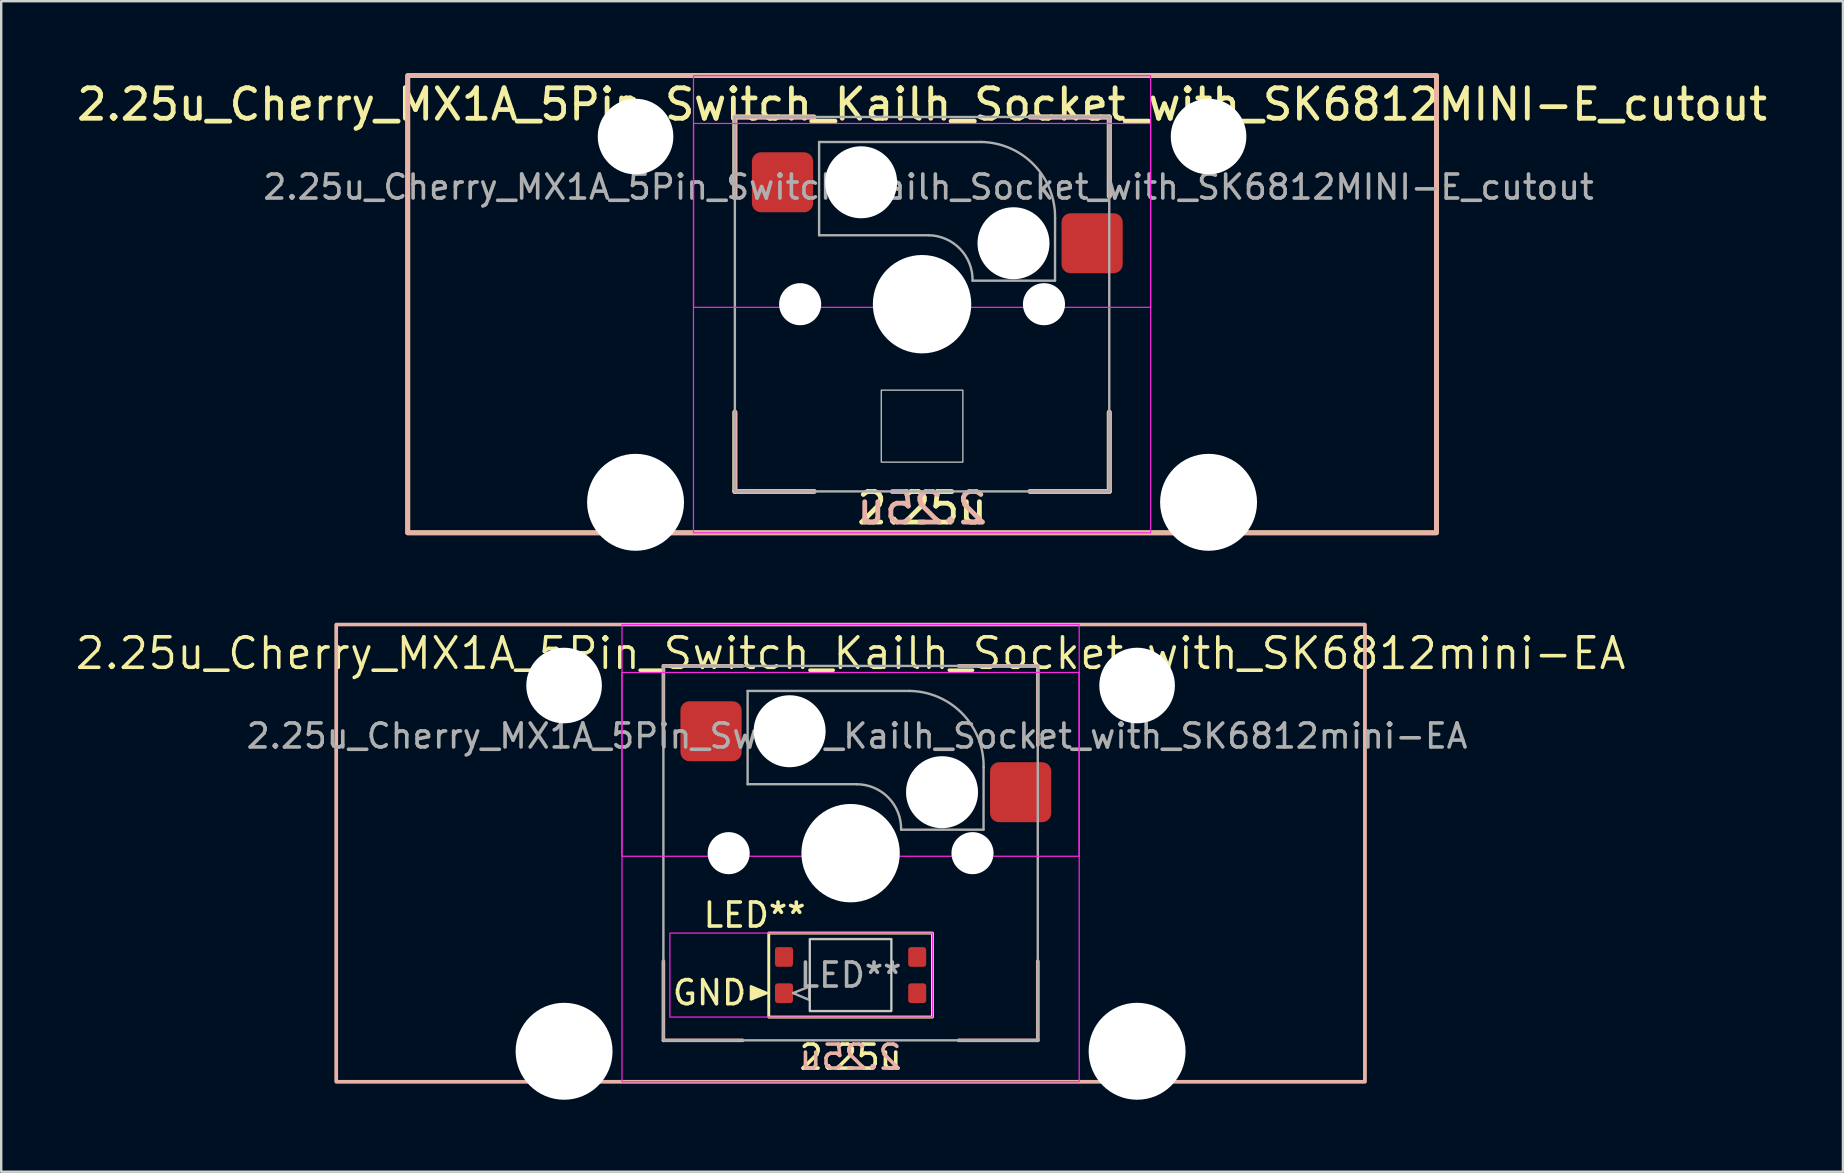
<source format=kicad_pcb>
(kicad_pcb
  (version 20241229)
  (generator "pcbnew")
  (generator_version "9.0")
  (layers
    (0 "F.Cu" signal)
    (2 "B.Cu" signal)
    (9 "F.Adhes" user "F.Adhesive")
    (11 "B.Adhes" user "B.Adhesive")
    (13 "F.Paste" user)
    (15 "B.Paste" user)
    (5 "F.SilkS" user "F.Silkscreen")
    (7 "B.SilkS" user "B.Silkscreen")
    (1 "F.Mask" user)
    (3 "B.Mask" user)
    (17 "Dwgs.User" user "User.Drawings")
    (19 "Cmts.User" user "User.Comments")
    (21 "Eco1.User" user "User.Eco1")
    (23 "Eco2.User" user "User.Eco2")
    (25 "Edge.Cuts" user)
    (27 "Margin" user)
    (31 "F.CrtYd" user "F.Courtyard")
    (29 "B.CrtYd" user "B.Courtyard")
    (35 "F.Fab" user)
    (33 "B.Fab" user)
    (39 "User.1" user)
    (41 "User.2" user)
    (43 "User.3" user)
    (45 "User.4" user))
  (footprint "2.25u_Cherry_MX1A_5Pin_Switch_Kailh_Socket_with_SK6812MINI-E_cutout"
    (layer "F.Cu")
    (at 35.37 9.625)
    (property "Reference" "2.25u_Cherry_MX1A_5Pin_Switch_Kailh_Socket_with_SK6812MINI-E_cutout" (at 0 -8.325 0) (layer "F.SilkS") (effects (font (size 1.27 1.27) (thickness 0.2))))
    (property "Size" "2.25u" (at 0 8.5 0) (layer "F.SilkS") (effects (font (size 1.27 1.27) (thickness 0.2) (bold yes))))
    (attr smd)
    (fp_line (start -7.8 -7.8) (end -7.8 -4.5) (stroke (width 0.2) (type default)) (layer "F.SilkS"))
    (fp_line (start -7.8 -7.8) (end -4.5 -7.8) (stroke (width 0.2) (type default)) (layer "F.SilkS"))
    (fp_line (start -7.8 7.8) (end -7.8 4.5) (stroke (width 0.2) (type solid)) (layer "F.SilkS"))
    (fp_line (start -7.8 7.8) (end -4.5 7.8) (stroke (width 0.2) (type default)) (layer "F.SilkS"))
    (fp_line (start 7.8 -7.8) (end 4.5 -7.8) (stroke (width 0.2) (type default)) (layer "F.SilkS"))
    (fp_line (start 7.8 -7.8) (end 7.8 -4.5) (stroke (width 0.2) (type default)) (layer "F.SilkS"))
    (fp_line (start 7.8 7.8) (end 4.5 7.8) (stroke (width 0.2) (type default)) (layer "F.SilkS"))
    (fp_line (start 7.8 7.8) (end 7.8 4.5) (stroke (width 0.2) (type default)) (layer "F.SilkS"))
    (fp_rect (start -21.431 -9.525) (end 21.431 9.525) (stroke (width 0.2) (type default)) (fill no) (layer "F.SilkS"))
    (fp_line (start -7.8 -7.8) (end -7.8 -4.5) (stroke (width 0.2) (type default)) (layer "B.SilkS"))
    (fp_line (start -7.8 -7.8) (end -4.5 -7.8) (stroke (width 0.2) (type default)) (layer "B.SilkS"))
    (fp_line (start -7.8 7.8) (end -7.8 4.5) (stroke (width 0.2) (type default)) (layer "B.SilkS"))
    (fp_line (start -7.8 7.8) (end -4.5 7.8) (stroke (width 0.2) (type default)) (layer "B.SilkS"))
    (fp_line (start 7.8 -7.8) (end 4.5 -7.8) (stroke (width 0.2) (type default)) (layer "B.SilkS"))
    (fp_line (start 7.8 -7.8) (end 7.8 -4.5) (stroke (width 0.2) (type default)) (layer "B.SilkS"))
    (fp_line (start 7.8 7.8) (end 4.5 7.8) (stroke (width 0.2) (type default)) (layer "B.SilkS"))
    (fp_line (start 7.8 7.8) (end 7.8 4.5) (stroke (width 0.2) (type default)) (layer "B.SilkS"))
    (fp_rect (start -21.431 -9.525) (end 21.431 9.525) (stroke (width 0.2) (type default)) (fill no) (layer "B.SilkS"))
    (fp_rect (start -1.7 3.58) (end 1.7 6.58) (stroke (width 0.05) (type default)) (fill no) (layer "Edge.Cuts"))
    (fp_rect (start -9.525 -9.525) (end 9.525 9.525) (stroke (width 0.05) (type default)) (fill no) (layer "F.CrtYd"))
    (fp_rect (start -9.52 -7.53) (end 9.52 0.13) (stroke (width 0.05) (type default)) (fill no) (layer "F.CrtYd"))
    (fp_line (start -4.29 -2.873) (end -4.29 -6.759) (stroke (width 0.1) (type default)) (layer "F.Fab"))
    (fp_line (start 0.269 -2.873) (end -4.29 -2.873) (stroke (width 0.1) (type default)) (layer "F.Fab"))
    (fp_line (start 2.455 -6.759) (end -4.29 -6.759) (stroke (width 0.1) (type default)) (layer "F.Fab"))
    (fp_line (start 5.54 -0.98) (end 2.105 -0.98) (stroke (width 0.1) (type default)) (layer "F.Fab"))
    (fp_line (start 5.54 -0.98) (end 5.542 -3.577) (stroke (width 0.1) (type default)) (layer "F.Fab"))
    (fp_rect (start -7.8 -7.8) (end 7.8 7.8) (stroke (width 0.1) (type default)) (fill no) (layer "F.Fab"))
    (fp_arc (start 0.268782 -2.872715) (mid 1.580341 -2.308063) (end 2.105 -0.98) (stroke (width 0.1) (type default)) (layer "F.Fab"))
    (fp_arc (start 2.45495 -6.759322) (mid 4.66 -5.81) (end 5.542076 -3.577199) (stroke (width 0.1) (type default)) (layer "F.Fab"))
    (fp_text user "${Size}" (at 0 8.5 0) (unlocked yes) (layer "B.SilkS") (effects (font (size 1.27 1.27) (thickness 0.2) (bold yes)) (justify mirror)))
    (fp_text user "${REFERENCE}" (at 0.269 -4.88 0) (layer "F.Fab") (effects (font (size 1 1) (thickness 0.15))))
    (pad "" np_thru_hole circle (at -11.938 -6.985) (size 3.15 3.15) (drill 3.15) (layers "*.Cu" "*.Mask"))
    (pad "" np_thru_hole circle (at -11.938 8.255) (size 4.039 4.039) (drill 4.039) (layers "*.Cu" "*.Mask"))
    (pad "" np_thru_hole circle (at -5.08 0) (size 1.753 1.753) (drill 1.753) (layers "*.Cu" "*.Mask"))
    (pad "" np_thru_hole circle (at -2.54 -5.08) (size 3 3) (drill 3) (layers "*.Cu" "*.Mask"))
    (pad "" np_thru_hole circle (at 0 0) (size 4.1 4.1) (drill 4.1) (layers "*.Cu" "*.Mask"))
    (pad "" np_thru_hole circle (at 3.81 -2.54) (size 3 3) (drill 3) (layers "*.Cu" "*.Mask"))
    (pad "" np_thru_hole circle (at 5.08 0) (size 1.753 1.753) (drill 1.753) (layers "*.Cu" "*.Mask"))
    (pad "" np_thru_hole circle (at 11.938 -6.985) (size 3.15 3.15) (drill 3.15) (layers "*.Cu" "*.Mask"))
    (pad "" np_thru_hole circle (at 11.938 8.255) (size 4.039 4.039) (drill 4.039) (layers "*.Cu" "*.Mask"))
    (pad "1" smd roundrect (at -5.815 -5.08) (size 2.55 2.5) (layers "F.Cu" "F.Mask" "F.Paste") (roundrect_rratio 0.15))
    (pad "2" smd roundrect (at 7.085 -2.54) (size 2.55 2.5) (layers "F.Cu" "F.Mask" "F.Paste") (roundrect_rratio 0.15)))
  (footprint "2.25u_Cherry_MX1A_5Pin_Switch_Kailh_Socket_with_SK6812mini-EA"
    (layer "F.Cu")
    (at 32.392 32.499)
    (property "Reference" "2.25u_Cherry_MX1A_5Pin_Switch_Kailh_Socket_with_SK6812mini-EA" (at 0 -8.325 0) (layer "F.SilkS") (effects (font (size 1.27 1.27) (thickness 0.15))))
    (property "LED_Reference" "LED**" (at -4 2.58 0) (layer "F.SilkS") (effects (font (size 1 1) (thickness 0.15))))
    (property "Size" "2.25u" (at 0 8.5 0) (layer "F.SilkS") (effects (font (size 1 1) (thickness 0.15))))
    (attr smd)
    (fp_line (start -7.8 -7.8) (end -7.8 -4.5) (stroke (width 0.12) (type default)) (layer "F.SilkS"))
    (fp_line (start -7.8 -7.8) (end -4.5 -7.8) (stroke (width 0.12) (type default)) (layer "F.SilkS"))
    (fp_line (start -7.8 7.8) (end -7.8 4.5) (stroke (width 0.12) (type solid)) (layer "F.SilkS"))
    (fp_line (start -7.8 7.8) (end -4.5 7.8) (stroke (width 0.12) (type default)) (layer "F.SilkS"))
    (fp_line (start 7.8 -7.8) (end 4.5 -7.8) (stroke (width 0.12) (type default)) (layer "F.SilkS"))
    (fp_line (start 7.8 -7.8) (end 7.8 -4.5) (stroke (width 0.12) (type default)) (layer "F.SilkS"))
    (fp_line (start 7.8 7.8) (end 4.5 7.8) (stroke (width 0.12) (type default)) (layer "F.SilkS"))
    (fp_line (start 7.8 7.8) (end 7.8 4.5) (stroke (width 0.12) (type default)) (layer "F.SilkS"))
    (fp_rect (start -21.431 -9.525) (end 21.431 9.525) (stroke (width 0.12) (type default)) (fill no) (layer "F.SilkS"))
    (fp_rect (start -3.41 3.33) (end 3.41 6.83) (stroke (width 0.12) (type default)) (fill no) (layer "F.SilkS"))
    (fp_poly (pts (xy -3.48 5.83) (xy -4.153 5.547) (xy -4.153 5.55) (xy -4.153 6.097)) (stroke (width 0.1) (type solid)) (fill yes) (layer "F.SilkS"))
    (fp_line (start -7.8 -7.8) (end -7.8 -4.5) (stroke (width 0.15) (type default)) (layer "B.SilkS"))
    (fp_line (start -7.8 -7.8) (end -4.5 -7.8) (stroke (width 0.15) (type default)) (layer "B.SilkS"))
    (fp_line (start -7.8 7.8) (end -7.8 4.5) (stroke (width 0.15) (type default)) (layer "B.SilkS"))
    (fp_line (start -7.8 7.8) (end -4.5 7.8) (stroke (width 0.15) (type default)) (layer "B.SilkS"))
    (fp_line (start 7.8 -7.8) (end 4.5 -7.8) (stroke (width 0.15) (type default)) (layer "B.SilkS"))
    (fp_line (start 7.8 -7.8) (end 7.8 -4.5) (stroke (width 0.15) (type default)) (layer "B.SilkS"))
    (fp_line (start 7.8 7.8) (end 4.5 7.8) (stroke (width 0.15) (type default)) (layer "B.SilkS"))
    (fp_line (start 7.8 7.8) (end 7.8 4.5) (stroke (width 0.15) (type default)) (layer "B.SilkS"))
    (fp_rect (start -21.431 -9.525) (end 21.431 9.525) (stroke (width 0.15) (type default)) (fill no) (layer "B.SilkS"))
    (fp_rect (start -1.7 3.58) (end 1.7 6.58) (stroke (width 0.05) (type default)) (fill no) (layer "Edge.Cuts"))
    (fp_rect (start -9.53 -7.53) (end 9.52 0.13) (stroke (width 0.05) (type default)) (fill no) (layer "F.CrtYd"))
    (fp_rect (start -9.525 -9.525) (end 9.525 9.525) (stroke (width 0.05) (type default)) (fill no) (layer "F.CrtYd"))
    (fp_rect (start -7.53 3.33) (end 3.41 6.83) (stroke (width 0.05) (type default)) (fill no) (layer "F.CrtYd"))
    (fp_line (start -4.29 -2.873) (end -4.29 -6.759) (stroke (width 0.1) (type default)) (layer "F.Fab"))
    (fp_line (start 0.269 -2.873) (end -4.29 -2.873) (stroke (width 0.1) (type default)) (layer "F.Fab"))
    (fp_line (start 2.455 -6.759) (end -4.29 -6.759) (stroke (width 0.1) (type default)) (layer "F.Fab"))
    (fp_line (start 5.54 -0.98) (end 2.105 -0.98) (stroke (width 0.1) (type default)) (layer "F.Fab"))
    (fp_line (start 5.54 -0.98) (end 5.542 -3.577) (stroke (width 0.1) (type default)) (layer "F.Fab"))
    (fp_rect (start -7.8 -7.8) (end 7.8 7.8) (stroke (width 0.1) (type default)) (fill no) (layer "F.Fab"))
    (fp_rect (start -1.7 3.58) (end 1.7 6.58) (stroke (width 0.1) (type default)) (fill no) (layer "F.Fab"))
    (fp_arc (start 0.268782 -2.872715) (mid 1.580341 -2.308063) (end 2.105 -0.98) (stroke (width 0.1) (type default)) (layer "F.Fab"))
    (fp_arc (start 2.45495 -6.759322) (mid 4.66 -5.81) (end 5.542076 -3.577199) (stroke (width 0.1) (type default)) (layer "F.Fab"))
    (fp_poly (pts (xy -2.4 5.83) (xy -1.727 6.113) (xy -1.727 6.11) (xy -1.727 5.563)) (stroke (width 0.1) (type solid)) (fill no) (layer "F.Fab"))
    (fp_text user "GND" (at -7.5 6.4 0) (unlocked yes) (layer "F.SilkS") (effects (font (size 1 1) (thickness 0.15)) (justify left bottom)))
    (fp_text user "${Size}" (at 0 8.5 0) (unlocked yes) (layer "B.SilkS") (effects (font (size 1 1) (thickness 0.15)) (justify mirror)))
    (fp_text user "${REFERENCE}" (at 0.269 -4.88 0) (layer "F.Fab") (effects (font (size 1 1) (thickness 0.15))))
    (fp_text user "${LED_Reference}" (at 0 5.08 0) (unlocked yes) (layer "F.Fab") (effects (font (size 1 1) (thickness 0.15))))
    (pad "" np_thru_hole circle (at -11.938 -6.985) (size 3.15 3.15) (drill 3.15) (layers "*.Cu" "*.Mask"))
    (pad "" np_thru_hole circle (at -11.938 8.255) (size 4.039 4.039) (drill 4.039) (layers "*.Cu" "*.Mask"))
    (pad "" np_thru_hole circle (at -5.08 0) (size 1.753 1.753) (drill 1.753) (layers "*.Cu" "*.Mask"))
    (pad "" np_thru_hole circle (at -2.54 -5.08) (size 3 3) (drill 3) (layers "*.Cu" "*.Mask"))
    (pad "" np_thru_hole circle (at 0 0) (size 4.1 4.1) (drill 4.1) (layers "*.Cu" "*.Mask"))
    (pad "" np_thru_hole circle (at 3.81 -2.54) (size 3 3) (drill 3) (layers "*.Cu" "*.Mask"))
    (pad "" np_thru_hole circle (at 5.08 0) (size 1.753 1.753) (drill 1.753) (layers "*.Cu" "*.Mask"))
    (pad "" np_thru_hole circle (at 11.938 -6.985) (size 3.15 3.15) (drill 3.15) (layers "*.Cu" "*.Mask"))
    (pad "" np_thru_hole circle (at 11.938 8.255) (size 4.039 4.039) (drill 4.039) (layers "*.Cu" "*.Mask"))
    (pad "1" smd roundrect (at -2.775 5.835) (size 0.75 0.82) (layers "F.Cu" "F.Mask" "F.Paste") (roundrect_rratio 0.15))
    (pad "2" smd roundrect (at -2.775 4.325) (size 0.75 0.82) (layers "F.Cu" "F.Mask" "F.Paste") (roundrect_rratio 0.15))
    (pad "3" smd roundrect (at 2.775 4.325) (size 0.75 0.82) (layers "F.Cu" "F.Mask" "F.Paste") (roundrect_rratio 0.15))
    (pad "4" smd roundrect (at 2.775 5.835) (size 0.75 0.82) (layers "F.Cu" "F.Mask" "F.Paste") (roundrect_rratio 0.15))
    (pad "5" smd roundrect (at -5.815 -5.08) (size 2.55 2.5) (layers "F.Cu" "F.Mask" "F.Paste") (roundrect_rratio 0.15))
    (pad "6" smd roundrect (at 7.085 -2.54) (size 2.55 2.5) (layers "F.Cu" "F.Mask" "F.Paste") (roundrect_rratio 0.15)))
  (gr_rect
    (start -3 -3)
    (end 73.74 45.774)
    (stroke (width 0.1) (type default))
    (fill no)
    (layer "Edge.Cuts")))
</source>
